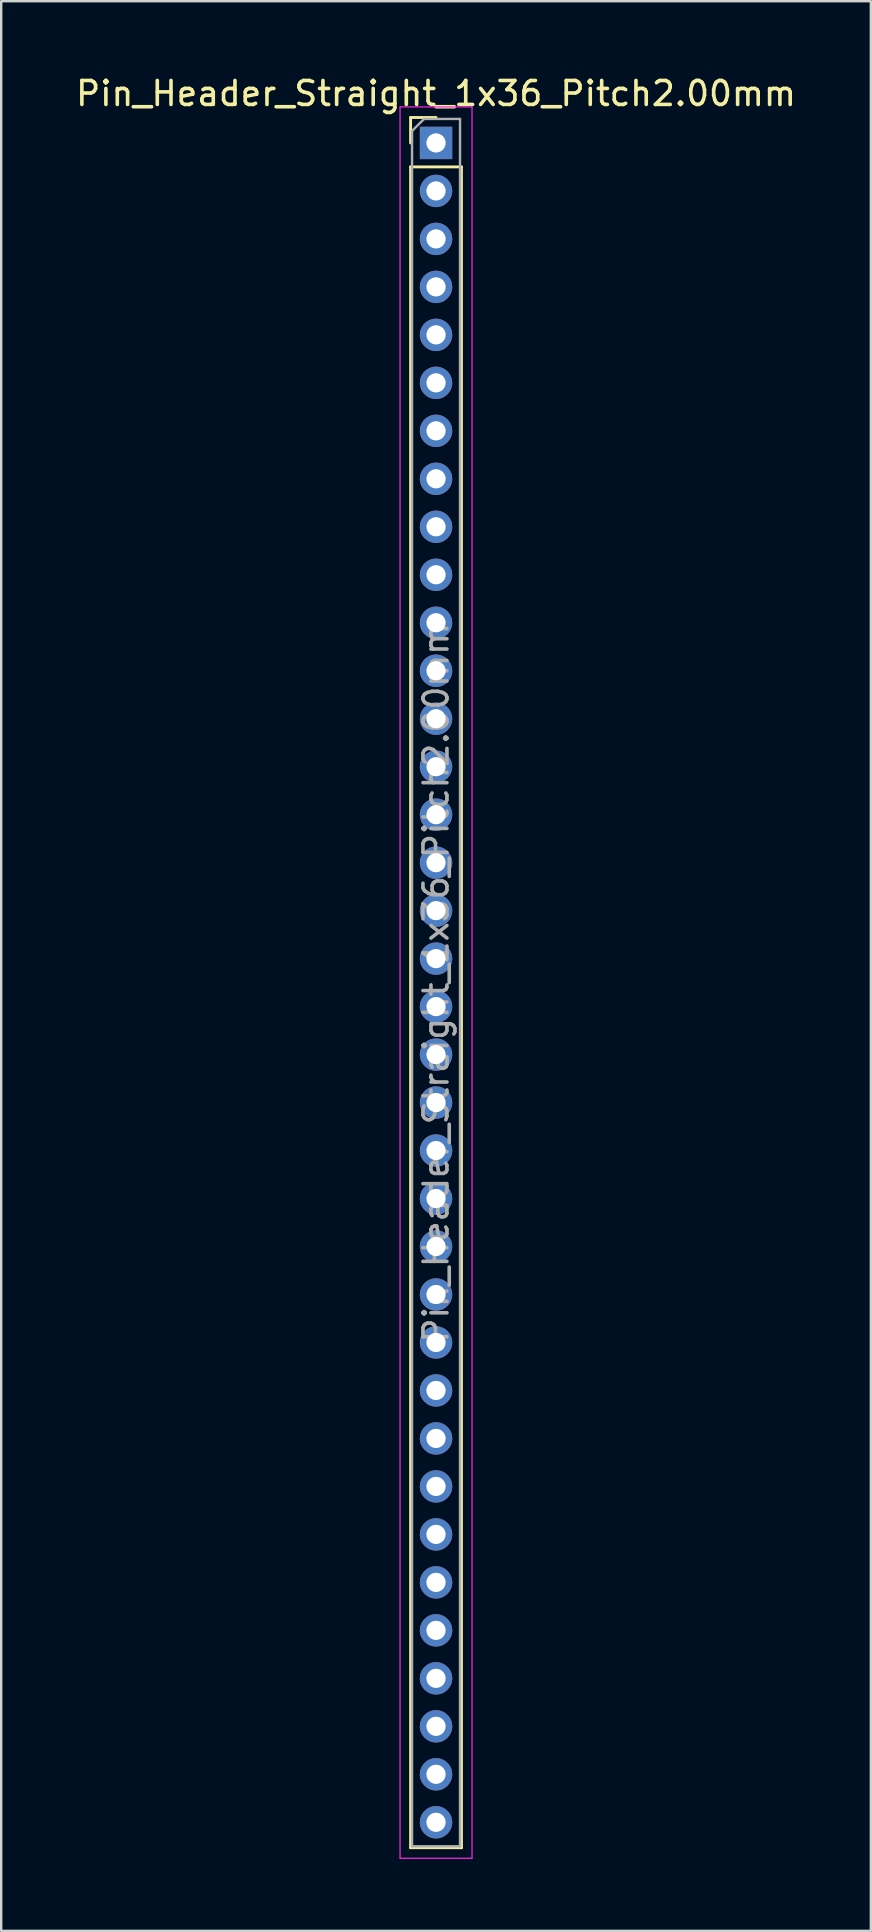
<source format=kicad_pcb>
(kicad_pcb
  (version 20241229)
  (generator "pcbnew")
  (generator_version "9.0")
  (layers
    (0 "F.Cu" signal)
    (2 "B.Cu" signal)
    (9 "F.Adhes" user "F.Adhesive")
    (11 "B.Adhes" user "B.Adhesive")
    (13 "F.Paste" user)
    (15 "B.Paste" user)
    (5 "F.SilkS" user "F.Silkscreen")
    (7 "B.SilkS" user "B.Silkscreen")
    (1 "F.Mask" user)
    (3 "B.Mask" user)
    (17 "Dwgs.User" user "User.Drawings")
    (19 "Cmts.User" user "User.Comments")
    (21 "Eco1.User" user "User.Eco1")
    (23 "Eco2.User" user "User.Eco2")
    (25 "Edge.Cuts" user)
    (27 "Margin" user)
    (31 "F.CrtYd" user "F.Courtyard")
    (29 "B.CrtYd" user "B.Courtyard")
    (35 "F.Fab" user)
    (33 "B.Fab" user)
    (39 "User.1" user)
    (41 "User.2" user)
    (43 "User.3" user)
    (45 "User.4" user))
  (footprint "Pin_Header_Straight_1x36_Pitch2.00mm"
    (layer "F.Cu")
    (at 15.125 2.908)
    (property "Reference" "Pin_Header_Straight_1x36_Pitch2.00mm" (at 0 -2.06 0) (layer "F.SilkS") (effects (font (size 1 1) (thickness 0.15))))
    (attr through_hole)
    (fp_line (start -1.06 -1.06) (end 0 -1.06) (stroke (width 0.12) (type solid)) (layer "F.SilkS"))
    (fp_line (start -1.06 0) (end -1.06 -1.06) (stroke (width 0.12) (type solid)) (layer "F.SilkS"))
    (fp_line (start -1.06 1) (end -1.06 71.06) (stroke (width 0.12) (type solid)) (layer "F.SilkS"))
    (fp_line (start -1.06 71.06) (end 1.06 71.06) (stroke (width 0.12) (type solid)) (layer "F.SilkS"))
    (fp_line (start 1.06 1) (end -1.06 1) (stroke (width 0.12) (type solid)) (layer "F.SilkS"))
    (fp_line (start 1.06 71.06) (end 1.06 1) (stroke (width 0.12) (type solid)) (layer "F.SilkS"))
    (fp_line (start -1.5 -1.5) (end -1.5 71.5) (stroke (width 0.05) (type solid)) (layer "F.CrtYd"))
    (fp_line (start -1.5 71.5) (end 1.5 71.5) (stroke (width 0.05) (type solid)) (layer "F.CrtYd"))
    (fp_line (start 1.5 -1.5) (end -1.5 -1.5) (stroke (width 0.05) (type solid)) (layer "F.CrtYd"))
    (fp_line (start 1.5 71.5) (end 1.5 -1.5) (stroke (width 0.05) (type solid)) (layer "F.CrtYd"))
    (fp_line (start -1 -0.5) (end -0.5 -1) (stroke (width 0.1) (type solid)) (layer "F.Fab"))
    (fp_line (start -1 71) (end -1 -0.5) (stroke (width 0.1) (type solid)) (layer "F.Fab"))
    (fp_line (start -0.5 -1) (end 1 -1) (stroke (width 0.1) (type solid)) (layer "F.Fab"))
    (fp_line (start 1 -1) (end 1 71) (stroke (width 0.1) (type solid)) (layer "F.Fab"))
    (fp_line (start 1 71) (end -1 71) (stroke (width 0.1) (type solid)) (layer "F.Fab"))
    (fp_text user "${REFERENCE}" (at 0 35 90) (layer "F.Fab") (effects (font (size 1 1) (thickness 0.15))))
    (pad "1" thru_hole rect (at 0 0) (size 1.35 1.35) (drill 0.8) (layers "*.Cu" "*.Mask"))
    (pad "2" thru_hole oval (at 0 2) (size 1.35 1.35) (drill 0.8) (layers "*.Cu" "*.Mask"))
    (pad "3" thru_hole oval (at 0 4) (size 1.35 1.35) (drill 0.8) (layers "*.Cu" "*.Mask"))
    (pad "4" thru_hole oval (at 0 6) (size 1.35 1.35) (drill 0.8) (layers "*.Cu" "*.Mask"))
    (pad "5" thru_hole oval (at 0 8) (size 1.35 1.35) (drill 0.8) (layers "*.Cu" "*.Mask"))
    (pad "6" thru_hole oval (at 0 10) (size 1.35 1.35) (drill 0.8) (layers "*.Cu" "*.Mask"))
    (pad "7" thru_hole oval (at 0 12) (size 1.35 1.35) (drill 0.8) (layers "*.Cu" "*.Mask"))
    (pad "8" thru_hole oval (at 0 14) (size 1.35 1.35) (drill 0.8) (layers "*.Cu" "*.Mask"))
    (pad "9" thru_hole oval (at 0 16) (size 1.35 1.35) (drill 0.8) (layers "*.Cu" "*.Mask"))
    (pad "10" thru_hole oval (at 0 18) (size 1.35 1.35) (drill 0.8) (layers "*.Cu" "*.Mask"))
    (pad "11" thru_hole oval (at 0 20) (size 1.35 1.35) (drill 0.8) (layers "*.Cu" "*.Mask"))
    (pad "12" thru_hole oval (at 0 22) (size 1.35 1.35) (drill 0.8) (layers "*.Cu" "*.Mask"))
    (pad "13" thru_hole oval (at 0 24) (size 1.35 1.35) (drill 0.8) (layers "*.Cu" "*.Mask"))
    (pad "14" thru_hole oval (at 0 26) (size 1.35 1.35) (drill 0.8) (layers "*.Cu" "*.Mask"))
    (pad "15" thru_hole oval (at 0 28) (size 1.35 1.35) (drill 0.8) (layers "*.Cu" "*.Mask"))
    (pad "16" thru_hole oval (at 0 30) (size 1.35 1.35) (drill 0.8) (layers "*.Cu" "*.Mask"))
    (pad "17" thru_hole oval (at 0 32) (size 1.35 1.35) (drill 0.8) (layers "*.Cu" "*.Mask"))
    (pad "18" thru_hole oval (at 0 34) (size 1.35 1.35) (drill 0.8) (layers "*.Cu" "*.Mask"))
    (pad "19" thru_hole oval (at 0 36) (size 1.35 1.35) (drill 0.8) (layers "*.Cu" "*.Mask"))
    (pad "20" thru_hole oval (at 0 38) (size 1.35 1.35) (drill 0.8) (layers "*.Cu" "*.Mask"))
    (pad "21" thru_hole oval (at 0 40) (size 1.35 1.35) (drill 0.8) (layers "*.Cu" "*.Mask"))
    (pad "22" thru_hole oval (at 0 42) (size 1.35 1.35) (drill 0.8) (layers "*.Cu" "*.Mask"))
    (pad "23" thru_hole oval (at 0 44) (size 1.35 1.35) (drill 0.8) (layers "*.Cu" "*.Mask"))
    (pad "24" thru_hole oval (at 0 46) (size 1.35 1.35) (drill 0.8) (layers "*.Cu" "*.Mask"))
    (pad "25" thru_hole oval (at 0 48) (size 1.35 1.35) (drill 0.8) (layers "*.Cu" "*.Mask"))
    (pad "26" thru_hole oval (at 0 50) (size 1.35 1.35) (drill 0.8) (layers "*.Cu" "*.Mask"))
    (pad "27" thru_hole oval (at 0 52) (size 1.35 1.35) (drill 0.8) (layers "*.Cu" "*.Mask"))
    (pad "28" thru_hole oval (at 0 54) (size 1.35 1.35) (drill 0.8) (layers "*.Cu" "*.Mask"))
    (pad "29" thru_hole oval (at 0 56) (size 1.35 1.35) (drill 0.8) (layers "*.Cu" "*.Mask"))
    (pad "30" thru_hole oval (at 0 58) (size 1.35 1.35) (drill 0.8) (layers "*.Cu" "*.Mask"))
    (pad "31" thru_hole oval (at 0 60) (size 1.35 1.35) (drill 0.8) (layers "*.Cu" "*.Mask"))
    (pad "32" thru_hole oval (at 0 62) (size 1.35 1.35) (drill 0.8) (layers "*.Cu" "*.Mask"))
    (pad "33" thru_hole oval (at 0 64) (size 1.35 1.35) (drill 0.8) (layers "*.Cu" "*.Mask"))
    (pad "34" thru_hole oval (at 0 66) (size 1.35 1.35) (drill 0.8) (layers "*.Cu" "*.Mask"))
    (pad "35" thru_hole oval (at 0 68) (size 1.35 1.35) (drill 0.8) (layers "*.Cu" "*.Mask"))
    (pad "36" thru_hole oval (at 0 70) (size 1.35 1.35) (drill 0.8) (layers "*.Cu" "*.Mask")))
  (gr_rect
    (start -3 -3)
    (end 33.25 77.433)
    (stroke (width 0.1) (type default))
    (fill no)
    (layer "Edge.Cuts")))
</source>
